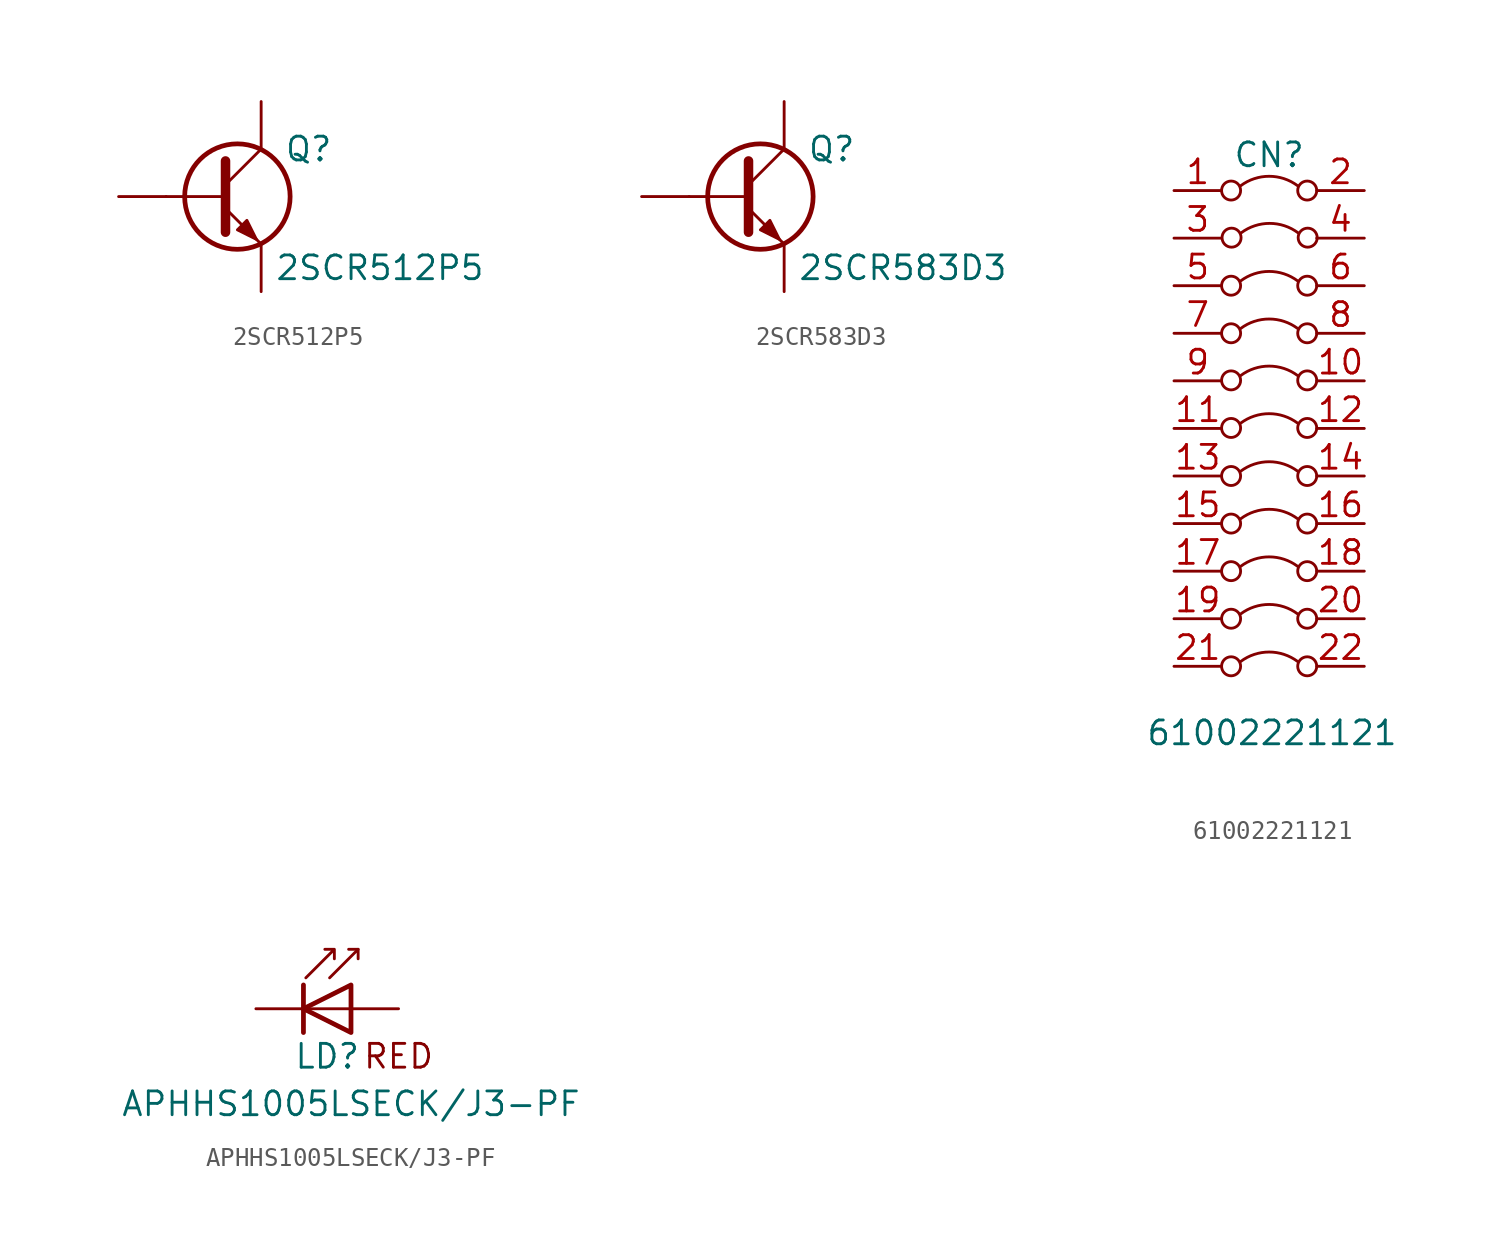
<source format=kicad_sym>
(kicad_symbol_lib
  (version 20241209)
  (generator "kicad_symbol_editor")
  (generator_version "9.0")
  (symbol "2SCR512P5"
    (pin_numbers
      (hide yes))
    (pin_names
      (hide yes))
    (property "Reference" "Q"
      (at 2.54 2.54 0)
      (effects (font (size 1.27 1.27))))
    (property "Value" "2SCR512P5"
      (at 6.35 -3.81 0)
      (effects (font (size 1.27 1.27))))
    (symbol "2SCR512P5_0_1"
      (polyline (pts (xy -5.08 0) (xy -1.905 0)) (stroke (width 0) (type default)) (fill (type none)))
      (polyline (pts (xy -1.905 1.905) (xy -1.905 -1.905)) (stroke (width 0.508) (type default)) (fill (type none)))
      (polyline (pts (xy -1.905 0.635) (xy 0 2.54)) (stroke (width 0) (type default)) (fill (type none)))
      (polyline (pts (xy -1.905 -0.635) (xy 0 -2.54)) (stroke (width 0) (type default)) (fill (type none)))
      (circle (center -1.27 0) (radius 2.819) (stroke (width 0.254) (type default)) (fill (type none)))
      (polyline (pts (xy -1.27 -1.778) (xy -0.762 -1.27) (xy -0.254 -2.286) (xy -1.27 -1.778)) (stroke (width 0) (type default)) (fill (type outline))))
    (symbol "2SCR512P5_1_1"
      (pin input line (at -7.62 0 0) (length 2.54) (name "B" (effects (font (size 1.27 1.27)))) (number "B" (effects (font (size 1.27 1.27)))))
      (pin passive line (at 0 5.08 270) (length 2.54) (name "C" (effects (font (size 1.27 1.27)))) (number "C" (effects (font (size 1.27 1.27)))))
      (pin passive line (at 0 -5.08 90) (length 2.54) (name "E" (effects (font (size 1.27 1.27)))) (number "E" (effects (font (size 1.27 1.27)))))))
  (symbol "2SCR583D3"
    (pin_numbers
      (hide yes))
    (pin_names
      (hide yes))
    (property "Reference" "Q"
      (at 2.54 2.54 0)
      (effects (font (size 1.27 1.27))))
    (property "Value" "2SCR583D3"
      (at 6.35 -3.81 0)
      (effects (font (size 1.27 1.27))))
    (symbol "2SCR583D3_0_1"
      (polyline (pts (xy -5.08 0) (xy -1.905 0)) (stroke (width 0) (type default)) (fill (type none)))
      (polyline (pts (xy -1.905 1.905) (xy -1.905 -1.905)) (stroke (width 0.508) (type default)) (fill (type none)))
      (polyline (pts (xy -1.905 0.635) (xy 0 2.54)) (stroke (width 0) (type default)) (fill (type none)))
      (polyline (pts (xy -1.905 -0.635) (xy 0 -2.54)) (stroke (width 0) (type default)) (fill (type none)))
      (circle (center -1.27 0) (radius 2.819) (stroke (width 0.254) (type default)) (fill (type none)))
      (polyline (pts (xy -1.27 -1.778) (xy -0.762 -1.27) (xy -0.254 -2.286) (xy -1.27 -1.778)) (stroke (width 0) (type default)) (fill (type outline))))
    (symbol "2SCR583D3_1_1"
      (pin input line (at -7.62 0 0) (length 2.54) (name "B" (effects (font (size 1.27 1.27)))) (number "1" (effects (font (size 1.27 1.27)))))
      (pin passive line (at 0 5.08 270) (length 2.54) (name "C" (effects (font (size 1.27 1.27)))) (number "2" (effects (font (size 1.27 1.27)))))
      (pin passive line (at 0 -5.08 90) (length 2.54) (name "E" (effects (font (size 1.27 1.27)))) (number "3" (effects (font (size 1.27 1.27)))))))
  (symbol "61002221121"
    (pin_names
      (offset 0)
      (hide yes))
    (property "Reference" "CN"
      (at 0 1.905 0)
      (effects (font (size 1.27 1.27))))
    (property "Value" "61002221121"
      (at 0.152 -28.956 0)
      (effects (font (size 1.27 1.27))))
    (symbol "61002221121_0_0"
      (circle (center -2.032 0) (radius 0.508) (stroke (width 0) (type default)) (fill (type none)))
      (circle (center -2.032 -5.08) (radius 0.508) (stroke (width 0) (type default)) (fill (type none)))
      (circle (center -2.032 -7.62) (radius 0.508) (stroke (width 0) (type default)) (fill (type none)))
      (circle (center -2.032 -10.135) (radius 0.508) (stroke (width 0) (type default)) (fill (type none)))
      (circle (center -2.032 -12.675) (radius 0.508) (stroke (width 0) (type default)) (fill (type none)))
      (circle (center -2.032 -15.24) (radius 0.508) (stroke (width 0) (type default)) (fill (type none)))
      (circle (center -2.032 -17.78) (radius 0.508) (stroke (width 0) (type default)) (fill (type none)))
      (circle (center -2.032 -20.32) (radius 0.508) (stroke (width 0) (type default)) (fill (type none)))
      (circle (center -2.032 -22.86) (radius 0.508) (stroke (width 0) (type default)) (fill (type none)))
      (circle (center -2.032 -25.4) (radius 0.508) (stroke (width 0) (type default)) (fill (type none)))
      (circle (center -2.007 -2.515) (radius 0.508) (stroke (width 0) (type default)) (fill (type none)))
      (circle (center 2.032 0) (radius 0.508) (stroke (width 0) (type default)) (fill (type none)))
      (circle (center 2.032 -5.08) (radius 0.508) (stroke (width 0) (type default)) (fill (type none)))
      (circle (center 2.032 -7.62) (radius 0.508) (stroke (width 0) (type default)) (fill (type none)))
      (circle (center 2.032 -10.135) (radius 0.508) (stroke (width 0) (type default)) (fill (type none)))
      (circle (center 2.032 -12.675) (radius 0.508) (stroke (width 0) (type default)) (fill (type none)))
      (circle (center 2.032 -15.24) (radius 0.508) (stroke (width 0) (type default)) (fill (type none)))
      (circle (center 2.032 -17.78) (radius 0.508) (stroke (width 0) (type default)) (fill (type none)))
      (circle (center 2.032 -20.32) (radius 0.508) (stroke (width 0) (type default)) (fill (type none)))
      (circle (center 2.032 -22.86) (radius 0.508) (stroke (width 0) (type default)) (fill (type none)))
      (circle (center 2.032 -25.4) (radius 0.508) (stroke (width 0) (type default)) (fill (type none)))
      (circle (center 2.057 -2.515) (radius 0.508) (stroke (width 0) (type default)) (fill (type none))))
    (symbol "61002221121_0_1"
      (arc (start -1.524 0.254) (mid 0 0.762) (end 1.524 0.254) (stroke (width 0) (type default)) (fill (type none)))
      (arc (start -1.524 -4.826) (mid 0 -4.318) (end 1.524 -4.826) (stroke (width 0) (type default)) (fill (type none)))
      (arc (start -1.524 -7.366) (mid 0 -6.858) (end 1.524 -7.366) (stroke (width 0) (type default)) (fill (type none)))
      (arc (start -1.524 -9.8806) (mid 0 -9.3726) (end 1.524 -9.8806) (stroke (width 0) (type default)) (fill (type none)))
      (arc (start -1.524 -12.4206) (mid 0 -11.9126) (end 1.524 -12.4206) (stroke (width 0) (type default)) (fill (type none)))
      (arc (start -1.524 -14.986) (mid 0 -14.478) (end 1.524 -14.986) (stroke (width 0) (type default)) (fill (type none)))
      (arc (start -1.524 -17.526) (mid 0 -17.018) (end 1.524 -17.526) (stroke (width 0) (type default)) (fill (type none)))
      (arc (start -1.524 -20.066) (mid 0 -19.558) (end 1.524 -20.066) (stroke (width 0) (type default)) (fill (type none)))
      (arc (start -1.524 -22.606) (mid 0 -22.098) (end 1.524 -22.606) (stroke (width 0) (type default)) (fill (type none)))
      (arc (start -1.524 -25.146) (mid 0 -24.638) (end 1.524 -25.146) (stroke (width 0) (type default)) (fill (type none)))
      (arc (start -1.4986 -2.2606) (mid 0.0254 -1.7526) (end 1.5494 -2.2606) (stroke (width 0) (type default)) (fill (type none))))
    (symbol "61002221121_1_1"
      (pin passive line (at -5.08 0 0) (length 2.54) (name "1" (effects (font (size 1.27 1.27)))) (number "1" (effects (font (size 1.27 1.27)))))
      (pin passive line (at -5.08 -2.54 0) (length 2.54) (name "3" (effects (font (size 1.27 1.27)))) (number "3" (effects (font (size 1.27 1.27)))))
      (pin passive line (at -5.08 -5.08 0) (length 2.54) (name "5" (effects (font (size 1.27 1.27)))) (number "5" (effects (font (size 1.27 1.27)))))
      (pin passive line (at -5.08 -7.62 0) (length 2.54) (name "7" (effects (font (size 1.27 1.27)))) (number "7" (effects (font (size 1.27 1.27)))))
      (pin passive line (at -5.08 -10.16 0) (length 2.54) (name "9" (effects (font (size 1.27 1.27)))) (number "9" (effects (font (size 1.27 1.27)))))
      (pin passive line (at -5.08 -12.7 0) (length 2.54) (name "11" (effects (font (size 1.27 1.27)))) (number "11" (effects (font (size 1.27 1.27)))))
      (pin passive line (at -5.08 -15.24 0) (length 2.54) (name "13" (effects (font (size 1.27 1.27)))) (number "13" (effects (font (size 1.27 1.27)))))
      (pin passive line (at -5.08 -17.78 0) (length 2.54) (name "15" (effects (font (size 1.27 1.27)))) (number "15" (effects (font (size 1.27 1.27)))))
      (pin passive line (at -5.08 -20.32 0) (length 2.54) (name "17" (effects (font (size 1.27 1.27)))) (number "17" (effects (font (size 1.27 1.27)))))
      (pin passive line (at -5.08 -22.86 0) (length 2.54) (name "19" (effects (font (size 1.27 1.27)))) (number "19" (effects (font (size 1.27 1.27)))))
      (pin passive line (at -5.08 -25.4 0) (length 2.54) (name "21" (effects (font (size 1.27 1.27)))) (number "21" (effects (font (size 1.27 1.27)))))
      (pin passive line (at 5.08 0 180) (length 2.54) (name "2" (effects (font (size 1.27 1.27)))) (number "2" (effects (font (size 1.27 1.27)))))
      (pin passive line (at 5.08 -2.54 180) (length 2.54) (name "4" (effects (font (size 1.27 1.27)))) (number "4" (effects (font (size 1.27 1.27)))))
      (pin passive line (at 5.08 -5.08 180) (length 2.54) (name "6" (effects (font (size 1.27 1.27)))) (number "6" (effects (font (size 1.27 1.27)))))
      (pin passive line (at 5.08 -7.62 180) (length 2.54) (name "8" (effects (font (size 1.27 1.27)))) (number "8" (effects (font (size 1.27 1.27)))))
      (pin passive line (at 5.08 -10.16 180) (length 2.54) (name "10" (effects (font (size 1.27 1.27)))) (number "10" (effects (font (size 1.27 1.27)))))
      (pin passive line (at 5.08 -12.7 180) (length 2.54) (name "12" (effects (font (size 1.27 1.27)))) (number "12" (effects (font (size 1.27 1.27)))))
      (pin passive line (at 5.08 -15.24 180) (length 2.54) (name "14" (effects (font (size 1.27 1.27)))) (number "14" (effects (font (size 1.27 1.27)))))
      (pin passive line (at 5.08 -17.78 180) (length 2.54) (name "16" (effects (font (size 1.27 1.27)))) (number "16" (effects (font (size 1.27 1.27)))))
      (pin passive line (at 5.08 -20.32 180) (length 2.54) (name "18" (effects (font (size 1.27 1.27)))) (number "18" (effects (font (size 1.27 1.27)))))
      (pin passive line (at 5.08 -22.86 180) (length 2.54) (name "20" (effects (font (size 1.27 1.27)))) (number "20" (effects (font (size 1.27 1.27)))))
      (pin passive line (at 5.08 -25.4 180) (length 2.54) (name "22" (effects (font (size 1.27 1.27)))) (number "22" (effects (font (size 1.27 1.27)))))))
  (symbol "APHHS1005LSECK/J3-PF"
    (pin_numbers
      (hide yes))
    (pin_names
      (hide yes))
    (property "Reference" "LD"
      (at 0 -2.54 0)
      (effects (font (size 1.27 1.27))))
    (property "Value" "APHHS1005LSECK/J3-PF"
      (at 1.27 -5.08 0)
      (effects (font (size 1.27 1.27))))
    (symbol "APHHS1005LSECK/J3-PF_0_1"
      (polyline (pts (xy -1.27 1.27) (xy -1.27 -1.27)) (stroke (width 0.254) (type default)) (fill (type none)))
      (polyline (pts (xy -1.143 1.651) (xy 0.381 3.175) (xy 0.381 2.667) (xy 0.381 3.175) (xy -0.127 3.175)) (stroke (width 0) (type default)) (fill (type none)))
      (polyline (pts (xy 0.127 1.651) (xy 1.651 3.175) (xy 1.651 2.667)) (stroke (width 0) (type default)) (fill (type none)))
      (polyline (pts (xy 1.27 0) (xy -1.27 0)) (stroke (width 0) (type default)) (fill (type none)))
      (polyline (pts (xy 1.27 -1.27) (xy -1.27 0) (xy 1.27 1.27) (xy 1.27 -1.27)) (stroke (width 0.254) (type default)) (fill (type none)))
      (polyline (pts (xy 1.651 3.175) (xy 1.143 3.175)) (stroke (width 0) (type default)) (fill (type none))))
    (symbol "APHHS1005LSECK/J3-PF_1_1"
      (text "RED" (at 3.81 -2.54 0) (effects (font (size 1.27 1.27))))
      (pin passive line (at -3.81 0 0) (length 2.54) (name "K" (effects (font (size 1.27 1.27)))) (number "1" (effects (font (size 1.27 1.27)))))
      (pin passive line (at 3.81 0 180) (length 2.54) (name "A" (effects (font (size 1.27 1.27)))) (number "2" (effects (font (size 1.27 1.27))))))))
</source>
